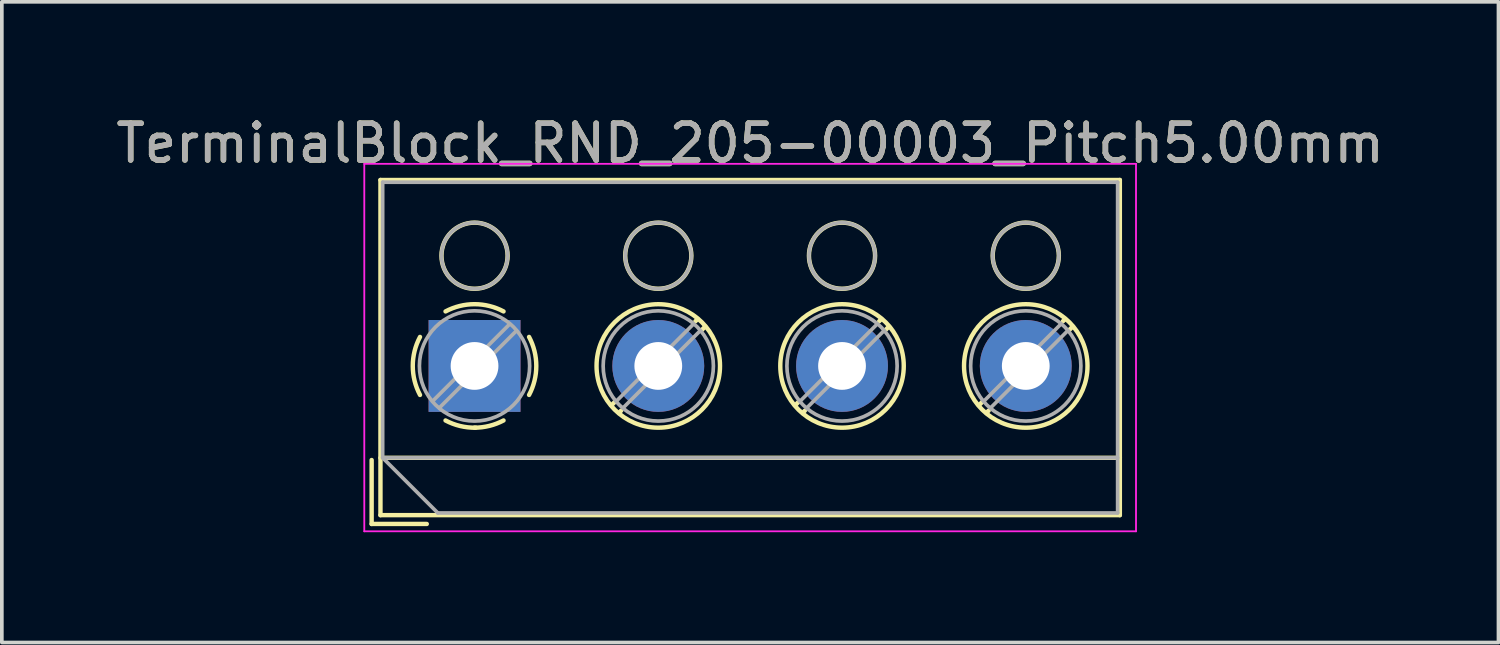
<source format=kicad_pcb>
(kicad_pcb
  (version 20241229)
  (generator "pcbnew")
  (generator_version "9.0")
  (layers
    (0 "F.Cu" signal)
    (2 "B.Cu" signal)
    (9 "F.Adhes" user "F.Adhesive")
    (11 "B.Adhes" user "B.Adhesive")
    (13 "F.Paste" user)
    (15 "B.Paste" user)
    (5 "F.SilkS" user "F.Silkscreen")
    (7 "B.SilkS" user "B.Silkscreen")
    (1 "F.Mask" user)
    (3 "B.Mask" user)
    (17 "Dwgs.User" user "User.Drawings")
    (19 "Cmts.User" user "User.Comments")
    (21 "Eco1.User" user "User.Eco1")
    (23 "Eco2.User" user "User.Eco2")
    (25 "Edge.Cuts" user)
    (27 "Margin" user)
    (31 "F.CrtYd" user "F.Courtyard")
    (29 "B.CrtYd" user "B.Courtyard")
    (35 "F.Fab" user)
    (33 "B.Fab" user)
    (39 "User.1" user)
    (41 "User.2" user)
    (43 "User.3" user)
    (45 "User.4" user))
  (footprint "TerminalBlock_RND_205-00003_Pitch5.00mm"
    (layer "F.Cu")
    (at 9.863 6.908)
    (property "Reference" "TerminalBlock_RND_205-00003_Pitch5.00mm" (at 7.5 -6.06 0) (layer "F.SilkS") (effects (font (size 1 1) (thickness 0.15))))
    (attr through_hole)
    (fp_line (start -2.8 2.56) (end -2.8 4.3) (stroke (width 0.12) (type solid)) (layer "F.SilkS"))
    (fp_line (start -2.8 4.3) (end -1.3 4.3) (stroke (width 0.12) (type solid)) (layer "F.SilkS"))
    (fp_line (start -2.56 -5.06) (end -2.56 4.06) (stroke (width 0.12) (type solid)) (layer "F.SilkS"))
    (fp_line (start -2.56 2.5) (end 17.56 2.5) (stroke (width 0.12) (type solid)) (layer "F.SilkS"))
    (fp_line (start -2.56 4.06) (end 17.56 4.06) (stroke (width 0.12) (type solid)) (layer "F.SilkS"))
    (fp_line (start 3.82 0.976) (end 3.726 1.069) (stroke (width 0.12) (type solid)) (layer "F.SilkS"))
    (fp_line (start 3.99 1.216) (end 3.931 1.274) (stroke (width 0.12) (type solid)) (layer "F.SilkS"))
    (fp_line (start 6.07 -1.275) (end 6.011 -1.216) (stroke (width 0.12) (type solid)) (layer "F.SilkS"))
    (fp_line (start 6.275 -1.069) (end 6.181 -0.976) (stroke (width 0.12) (type solid)) (layer "F.SilkS"))
    (fp_line (start 8.82 0.976) (end 8.726 1.069) (stroke (width 0.12) (type solid)) (layer "F.SilkS"))
    (fp_line (start 8.99 1.216) (end 8.931 1.274) (stroke (width 0.12) (type solid)) (layer "F.SilkS"))
    (fp_line (start 11.07 -1.275) (end 11.011 -1.216) (stroke (width 0.12) (type solid)) (layer "F.SilkS"))
    (fp_line (start 11.275 -1.069) (end 11.181 -0.976) (stroke (width 0.12) (type solid)) (layer "F.SilkS"))
    (fp_line (start 13.82 0.976) (end 13.726 1.069) (stroke (width 0.12) (type solid)) (layer "F.SilkS"))
    (fp_line (start 13.99 1.216) (end 13.931 1.274) (stroke (width 0.12) (type solid)) (layer "F.SilkS"))
    (fp_line (start 16.07 -1.275) (end 16.011 -1.216) (stroke (width 0.12) (type solid)) (layer "F.SilkS"))
    (fp_line (start 16.275 -1.069) (end 16.181 -0.976) (stroke (width 0.12) (type solid)) (layer "F.SilkS"))
    (fp_line (start 17.56 -5.06) (end -2.56 -5.06) (stroke (width 0.12) (type solid)) (layer "F.SilkS"))
    (fp_line (start 17.56 4.06) (end 17.56 -5.06) (stroke (width 0.12) (type solid)) (layer "F.SilkS"))
    (fp_arc (start -1.483953 0.789089) (mid -1.680708 0.00005) (end -1.484 -0.789) (stroke (width 0.12) (type solid)) (layer "F.SilkS"))
    (fp_arc (start -0.789089 -1.483953) (mid -0.00005 -1.680708) (end 0.789 -1.484) (stroke (width 0.12) (type solid)) (layer "F.SilkS"))
    (fp_arc (start 0.029383 1.68045) (mid -0.392304 1.634281) (end -0.789 1.484) (stroke (width 0.12) (type solid)) (layer "F.SilkS"))
    (fp_arc (start 0.788712 1.483352) (mid 0.406429 1.630097) (end 0 1.68) (stroke (width 0.12) (type solid)) (layer "F.SilkS"))
    (fp_arc (start 1.483953 -0.789089) (mid 1.680708 -0.00005) (end 1.484 0.789) (stroke (width 0.12) (type solid)) (layer "F.SilkS"))
    (fp_circle (center 0 -3) (end 0.9 -3) (stroke (width 0.12) (type solid)) (fill no) (layer "F.SilkS"))
    (fp_circle (center 5 -3) (end 5.9 -3) (stroke (width 0.12) (type solid)) (fill no) (layer "F.SilkS"))
    (fp_circle (center 5 0) (end 6.68 0) (stroke (width 0.12) (type solid)) (fill no) (layer "F.SilkS"))
    (fp_circle (center 10 -3) (end 10.9 -3) (stroke (width 0.12) (type solid)) (fill no) (layer "F.SilkS"))
    (fp_circle (center 10 0) (end 11.68 0) (stroke (width 0.12) (type solid)) (fill no) (layer "F.SilkS"))
    (fp_circle (center 15 -3) (end 15.9 -3) (stroke (width 0.12) (type solid)) (fill no) (layer "F.SilkS"))
    (fp_circle (center 15 0) (end 16.68 0) (stroke (width 0.12) (type solid)) (fill no) (layer "F.SilkS"))
    (fp_line (start -3 -5.5) (end -3 4.5) (stroke (width 0.05) (type solid)) (layer "F.CrtYd"))
    (fp_line (start -3 4.5) (end 18 4.5) (stroke (width 0.05) (type solid)) (layer "F.CrtYd"))
    (fp_line (start 18 -5.5) (end -3 -5.5) (stroke (width 0.05) (type solid)) (layer "F.CrtYd"))
    (fp_line (start 18 4.5) (end 18 -5.5) (stroke (width 0.05) (type solid)) (layer "F.CrtYd"))
    (fp_line (start -2.5 -5) (end 17.5 -5) (stroke (width 0.1) (type solid)) (layer "F.Fab"))
    (fp_line (start -2.5 2.5) (end -2.5 -5) (stroke (width 0.1) (type solid)) (layer "F.Fab"))
    (fp_line (start -2.5 2.5) (end 17.5 2.5) (stroke (width 0.1) (type solid)) (layer "F.Fab"))
    (fp_line (start -1 4) (end -2.5 2.5) (stroke (width 0.1) (type solid)) (layer "F.Fab"))
    (fp_line (start 0.955 -1.138) (end -1.138 0.955) (stroke (width 0.1) (type solid)) (layer "F.Fab"))
    (fp_line (start 1.138 -0.955) (end -0.955 1.138) (stroke (width 0.1) (type solid)) (layer "F.Fab"))
    (fp_line (start 5.955 -1.138) (end 3.863 0.955) (stroke (width 0.1) (type solid)) (layer "F.Fab"))
    (fp_line (start 6.138 -0.955) (end 4.046 1.138) (stroke (width 0.1) (type solid)) (layer "F.Fab"))
    (fp_line (start 10.955 -1.138) (end 8.863 0.955) (stroke (width 0.1) (type solid)) (layer "F.Fab"))
    (fp_line (start 11.138 -0.955) (end 9.046 1.138) (stroke (width 0.1) (type solid)) (layer "F.Fab"))
    (fp_line (start 15.955 -1.138) (end 13.863 0.955) (stroke (width 0.1) (type solid)) (layer "F.Fab"))
    (fp_line (start 16.138 -0.955) (end 14.046 1.138) (stroke (width 0.1) (type solid)) (layer "F.Fab"))
    (fp_line (start 17.5 -5) (end 17.5 4) (stroke (width 0.1) (type solid)) (layer "F.Fab"))
    (fp_line (start 17.5 4) (end -1 4) (stroke (width 0.1) (type solid)) (layer "F.Fab"))
    (fp_circle (center 0 -3) (end 0.9 -3) (stroke (width 0.1) (type solid)) (fill no) (layer "F.Fab"))
    (fp_circle (center 0 0) (end 1.5 0) (stroke (width 0.1) (type solid)) (fill no) (layer "F.Fab"))
    (fp_circle (center 5 -3) (end 5.9 -3) (stroke (width 0.1) (type solid)) (fill no) (layer "F.Fab"))
    (fp_circle (center 5 0) (end 6.5 0) (stroke (width 0.1) (type solid)) (fill no) (layer "F.Fab"))
    (fp_circle (center 10 -3) (end 10.9 -3) (stroke (width 0.1) (type solid)) (fill no) (layer "F.Fab"))
    (fp_circle (center 10 0) (end 11.5 0) (stroke (width 0.1) (type solid)) (fill no) (layer "F.Fab"))
    (fp_circle (center 15 -3) (end 15.9 -3) (stroke (width 0.1) (type solid)) (fill no) (layer "F.Fab"))
    (fp_circle (center 15 0) (end 16.5 0) (stroke (width 0.1) (type solid)) (fill no) (layer "F.Fab"))
    (fp_text user "${REFERENCE}" (at 7.5 -6.06 0) (layer "F.Fab") (effects (font (size 1 1) (thickness 0.15))))
    (pad "1" thru_hole rect (at 0 0) (size 2.5 2.5) (drill 1.3) (layers "*.Cu" "*.Mask"))
    (pad "2" thru_hole circle (at 5 0) (size 2.5 2.5) (drill 1.3) (layers "*.Cu" "*.Mask"))
    (pad "3" thru_hole circle (at 10 0) (size 2.5 2.5) (drill 1.3) (layers "*.Cu" "*.Mask"))
    (pad "4" thru_hole circle (at 15 0) (size 2.5 2.5) (drill 1.3) (layers "*.Cu" "*.Mask")))
  (gr_rect
    (start -3 -3)
    (end 37.726 14.433)
    (stroke (width 0.1) (type default))
    (fill no)
    (layer "Edge.Cuts")))
</source>
